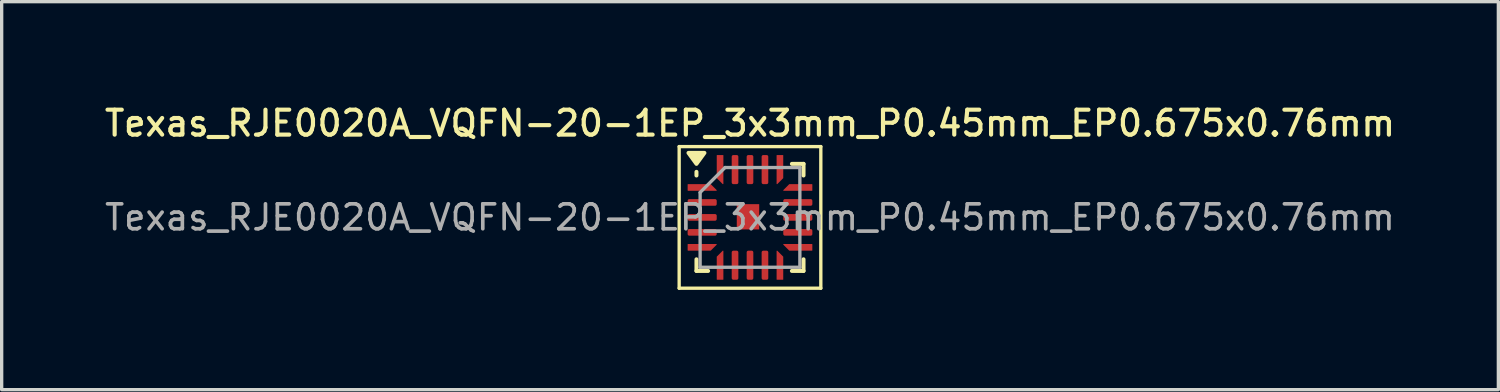
<source format=kicad_pcb>
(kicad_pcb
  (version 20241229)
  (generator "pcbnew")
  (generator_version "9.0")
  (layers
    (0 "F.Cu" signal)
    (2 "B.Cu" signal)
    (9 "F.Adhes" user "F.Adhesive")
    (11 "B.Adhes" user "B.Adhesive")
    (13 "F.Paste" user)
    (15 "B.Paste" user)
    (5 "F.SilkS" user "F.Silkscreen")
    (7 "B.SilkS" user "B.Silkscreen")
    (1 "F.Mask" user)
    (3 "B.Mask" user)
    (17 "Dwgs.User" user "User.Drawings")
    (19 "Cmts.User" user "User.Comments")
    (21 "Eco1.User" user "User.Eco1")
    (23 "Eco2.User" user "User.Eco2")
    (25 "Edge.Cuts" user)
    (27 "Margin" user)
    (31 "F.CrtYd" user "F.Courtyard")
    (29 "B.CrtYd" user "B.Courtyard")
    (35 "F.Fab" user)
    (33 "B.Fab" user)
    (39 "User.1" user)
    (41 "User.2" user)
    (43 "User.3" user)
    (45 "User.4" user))
  (footprint "Texas_RJE0020A_VQFN-20-1EP_3x3mm_P0.45mm_EP0.675x0.76mm"
    (layer "F.Cu")
    (at 19.505 3.488)
    (property "Reference" "Texas_RJE0020A_VQFN-20-1EP_3x3mm_P0.45mm_EP0.675x0.76mm" (at 0 -2.83 0) (layer "F.SilkS") (effects (font (size 0.75 0.75) (thickness 0.125))))
    (attr smd)
    (fp_line (start -2.13 -2.13) (end -2.13 2.13) (stroke (width 0.1) (type solid)) (layer "F.SilkS"))
    (fp_line (start -2.13 2.13) (end 2.13 2.13) (stroke (width 0.1) (type solid)) (layer "F.SilkS"))
    (fp_line (start -1.61 -1.26) (end -1.61 -1.37) (stroke (width 0.12) (type solid)) (layer "F.SilkS"))
    (fp_line (start -1.61 1.61) (end -1.61 1.26) (stroke (width 0.12) (type solid)) (layer "F.SilkS"))
    (fp_line (start -1.26 1.61) (end -1.61 1.61) (stroke (width 0.12) (type solid)) (layer "F.SilkS"))
    (fp_line (start 1.26 -1.61) (end 1.61 -1.61) (stroke (width 0.12) (type solid)) (layer "F.SilkS"))
    (fp_line (start 1.26 1.61) (end 1.61 1.61) (stroke (width 0.12) (type solid)) (layer "F.SilkS"))
    (fp_line (start 1.61 -1.61) (end 1.61 -1.26) (stroke (width 0.12) (type solid)) (layer "F.SilkS"))
    (fp_line (start 1.61 1.61) (end 1.61 1.26) (stroke (width 0.12) (type solid)) (layer "F.SilkS"))
    (fp_line (start 2.13 -2.13) (end -2.13 -2.13) (stroke (width 0.1) (type solid)) (layer "F.SilkS"))
    (fp_line (start 2.13 2.13) (end 2.13 -2.13) (stroke (width 0.1) (type solid)) (layer "F.SilkS"))
    (fp_poly (pts (xy -1.61 -1.61) (xy -1.85 -1.94) (xy -1.37 -1.94) (xy -1.61 -1.61)) (stroke (width 0.12) (type solid)) (fill yes) (layer "F.SilkS"))
    (fp_line (start -1.5 -0.75) (end -0.75 -1.5) (stroke (width 0.1) (type solid)) (layer "F.Fab"))
    (fp_line (start -1.5 1.5) (end -1.5 -0.75) (stroke (width 0.1) (type solid)) (layer "F.Fab"))
    (fp_line (start -0.75 -1.5) (end 1.5 -1.5) (stroke (width 0.1) (type solid)) (layer "F.Fab"))
    (fp_line (start 1.5 -1.5) (end 1.5 1.5) (stroke (width 0.1) (type solid)) (layer "F.Fab"))
    (fp_line (start 1.5 1.5) (end -1.5 1.5) (stroke (width 0.1) (type solid)) (layer "F.Fab"))
    (fp_text user "${REFERENCE}" (at 0 0 0) (layer "F.Fab") (effects (font (size 0.75 0.75) (thickness 0.11))))
    (pad "" smd roundrect (at -0.06 -0.018) (size 0.64 0.72) (layers "F.Paste") (roundrect_rratio 0.25))
    (pad "1" smd custom (at -1.438 -0.9) (size 0.073 0.073) (layers "F.Cu" "F.Mask" "F.Paste") (options (anchor circle)) (primitives (gr_poly (pts (xy -0.427 -0.09) (xy 0.253 -0.09) (xy 0.427 0.084) (xy 0.427 0.09) (xy -0.427 0.09)) (width 0.02) (fill yes))))
    (pad "2" smd roundrect (at -1.438 -0.45) (size 0.875 0.2) (layers "F.Cu" "F.Mask" "F.Paste") (roundrect_rratio 0.25))
    (pad "3" smd roundrect (at -1.438 0) (size 0.875 0.2) (layers "F.Cu" "F.Mask" "F.Paste") (roundrect_rratio 0.25))
    (pad "4" smd roundrect (at -1.438 0.45) (size 0.875 0.2) (layers "F.Cu" "F.Mask" "F.Paste") (roundrect_rratio 0.25))
    (pad "5" smd custom (at -1.438 0.9) (size 0.073 0.073) (layers "F.Cu" "F.Mask" "F.Paste") (options (anchor circle)) (primitives (gr_poly (pts (xy -0.427 -0.09) (xy 0.427 -0.09) (xy 0.427 -0.084) (xy 0.253 0.09) (xy -0.427 0.09)) (width 0.02) (fill yes))))
    (pad "6" smd custom (at -0.9 1.438) (size 0.073 0.073) (layers "F.Cu" "F.Mask" "F.Paste") (options (anchor circle)) (primitives (gr_poly (pts (xy -0.09 -0.253) (xy 0.084 -0.427) (xy 0.09 -0.427) (xy 0.09 0.427) (xy -0.09 0.427)) (width 0.02) (fill yes))))
    (pad "7" smd roundrect (at -0.45 1.438) (size 0.2 0.875) (layers "F.Cu" "F.Mask" "F.Paste") (roundrect_rratio 0.25))
    (pad "8" smd roundrect (at 0 1.438) (size 0.2 0.875) (layers "F.Cu" "F.Mask" "F.Paste") (roundrect_rratio 0.25))
    (pad "9" smd roundrect (at 0.45 1.438) (size 0.2 0.875) (layers "F.Cu" "F.Mask" "F.Paste") (roundrect_rratio 0.25))
    (pad "10" smd custom (at 0.9 1.438) (size 0.073 0.073) (layers "F.Cu" "F.Mask" "F.Paste") (options (anchor circle)) (primitives (gr_poly (pts (xy -0.09 -0.427) (xy -0.084 -0.427) (xy 0.09 -0.253) (xy 0.09 0.427) (xy -0.09 0.427)) (width 0.02) (fill yes))))
    (pad "11" smd custom (at 1.438 0.9) (size 0.073 0.073) (layers "F.Cu" "F.Mask" "F.Paste") (options (anchor circle)) (primitives (gr_poly (pts (xy -0.427 -0.09) (xy 0.427 -0.09) (xy 0.427 0.09) (xy -0.253 0.09) (xy -0.427 -0.084)) (width 0.02) (fill yes))))
    (pad "12" smd roundrect (at 1.438 0.45) (size 0.875 0.2) (layers "F.Cu" "F.Mask" "F.Paste") (roundrect_rratio 0.25))
    (pad "13" smd roundrect (at 1.438 0) (size 0.875 0.2) (layers "F.Cu" "F.Mask" "F.Paste") (roundrect_rratio 0.25))
    (pad "14" smd roundrect (at 1.438 -0.45) (size 0.875 0.2) (layers "F.Cu" "F.Mask" "F.Paste") (roundrect_rratio 0.25))
    (pad "15" smd custom (at 1.438 -0.9) (size 0.073 0.073) (layers "F.Cu" "F.Mask" "F.Paste") (options (anchor circle)) (primitives (gr_poly (pts (xy -0.427 0.084) (xy -0.253 -0.09) (xy 0.427 -0.09) (xy 0.427 0.09) (xy -0.427 0.09)) (width 0.02) (fill yes))))
    (pad "16" smd custom (at 0.9 -1.438) (size 0.073 0.073) (layers "F.Cu" "F.Mask" "F.Paste") (options (anchor circle)) (primitives (gr_poly (pts (xy -0.09 -0.427) (xy 0.09 -0.427) (xy 0.09 0.253) (xy -0.084 0.427) (xy -0.09 0.427)) (width 0.02) (fill yes))))
    (pad "17" smd roundrect (at 0.45 -1.438) (size 0.2 0.875) (layers "F.Cu" "F.Mask" "F.Paste") (roundrect_rratio 0.25))
    (pad "18" smd roundrect (at 0 -1.438) (size 0.2 0.875) (layers "F.Cu" "F.Mask" "F.Paste") (roundrect_rratio 0.25))
    (pad "19" smd roundrect (at -0.45 -1.438) (size 0.2 0.875) (layers "F.Cu" "F.Mask" "F.Paste") (roundrect_rratio 0.25))
    (pad "20" smd custom (at -0.9 -1.438) (size 0.073 0.073) (layers "F.Cu" "F.Mask" "F.Paste") (options (anchor circle)) (primitives (gr_poly (pts (xy -0.09 -0.427) (xy 0.09 -0.427) (xy 0.09 0.427) (xy 0.084 0.427) (xy -0.09 0.253)) (width 0.02) (fill yes))))
    (pad "21" smd rect (at -0.06 -0.018) (size 0.675 0.76) (property pad_prop_heatsink) (layers "F.Cu" "F.Mask")))
  (gr_rect
    (start -3 -3)
    (end 42.011 8.668)
    (stroke (width 0.1) (type default))
    (fill no)
    (layer "Edge.Cuts")))
</source>
